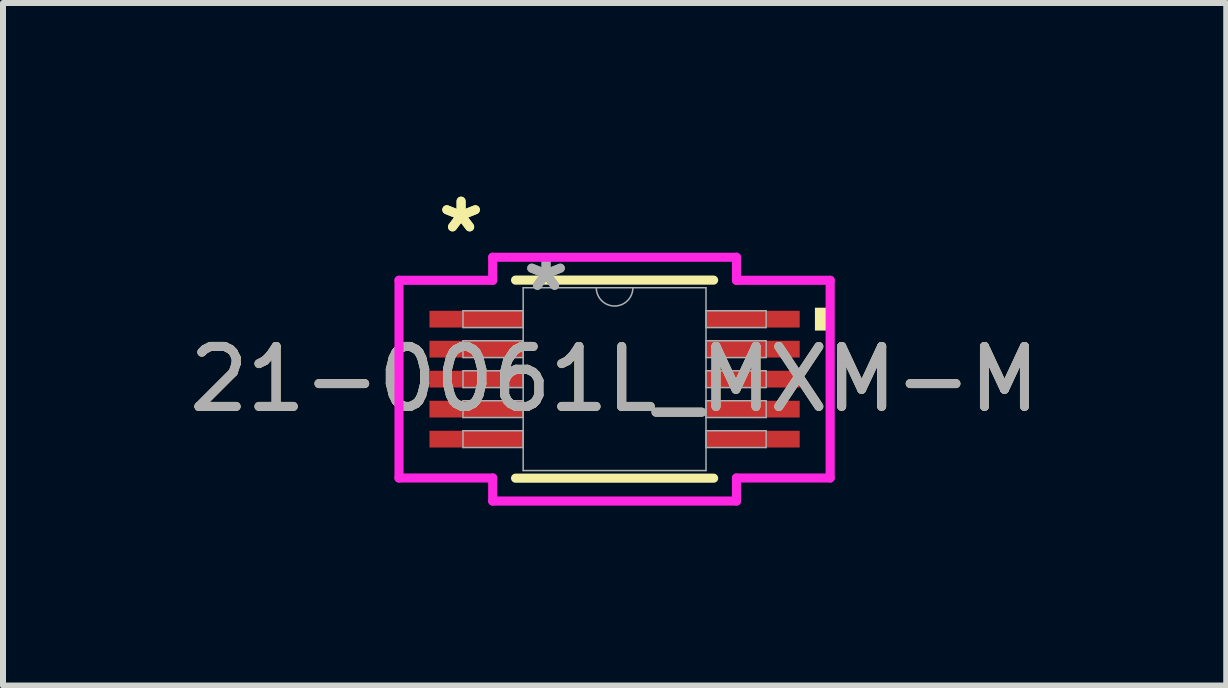
<source format=kicad_pcb>
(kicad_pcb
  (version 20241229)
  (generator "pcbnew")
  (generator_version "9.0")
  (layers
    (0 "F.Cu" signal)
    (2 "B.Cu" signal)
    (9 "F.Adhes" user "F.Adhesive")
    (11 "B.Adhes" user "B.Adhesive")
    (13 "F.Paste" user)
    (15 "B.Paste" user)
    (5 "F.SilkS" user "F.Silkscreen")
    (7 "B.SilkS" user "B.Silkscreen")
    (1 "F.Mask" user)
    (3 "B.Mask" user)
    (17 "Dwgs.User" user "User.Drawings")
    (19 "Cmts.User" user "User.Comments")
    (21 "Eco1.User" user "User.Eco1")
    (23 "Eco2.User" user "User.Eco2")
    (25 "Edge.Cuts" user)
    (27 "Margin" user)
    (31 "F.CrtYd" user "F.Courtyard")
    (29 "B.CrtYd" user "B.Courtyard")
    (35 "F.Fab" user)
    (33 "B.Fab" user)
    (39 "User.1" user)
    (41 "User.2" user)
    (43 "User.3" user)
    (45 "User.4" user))
  (footprint "21-0061L_MXM-M"
    (layer "F.Cu")
    (at 7.196 3.271)
    (property "Reference" "21-0061L_MXM-M" (at 0 0 0) (unlocked yes) (layer "F.SilkS") (effects (font (size 1 1) (thickness 0.15))))
    (attr smd)
    (fp_line (start -1.651 1.651) (end 1.651 1.651) (stroke (width 0.152) (type solid)) (layer "F.SilkS"))
    (fp_line (start 1.651 -1.651) (end -1.651 -1.651) (stroke (width 0.152) (type solid)) (layer "F.SilkS"))
    (fp_poly (pts (xy 3.594 -1.191) (xy 3.594 -0.81) (xy 3.34 -0.81) (xy 3.34 -1.191)) (stroke (width 0) (type solid)) (fill yes) (layer "F.SilkS"))
    (fp_line (start -3.594 -1.648) (end -2.032 -1.648) (stroke (width 0.152) (type solid)) (layer "F.CrtYd"))
    (fp_line (start -3.594 1.648) (end -3.594 -1.648) (stroke (width 0.152) (type solid)) (layer "F.CrtYd"))
    (fp_line (start -3.594 1.648) (end -2.032 1.648) (stroke (width 0.152) (type solid)) (layer "F.CrtYd"))
    (fp_line (start -2.032 -2.032) (end 2.032 -2.032) (stroke (width 0.152) (type solid)) (layer "F.CrtYd"))
    (fp_line (start -2.032 -1.648) (end -2.032 -2.032) (stroke (width 0.152) (type solid)) (layer "F.CrtYd"))
    (fp_line (start -2.032 2.032) (end -2.032 1.648) (stroke (width 0.152) (type solid)) (layer "F.CrtYd"))
    (fp_line (start 2.032 -2.032) (end 2.032 -1.648) (stroke (width 0.152) (type solid)) (layer "F.CrtYd"))
    (fp_line (start 2.032 1.648) (end 2.032 2.032) (stroke (width 0.152) (type solid)) (layer "F.CrtYd"))
    (fp_line (start 2.032 2.032) (end -2.032 2.032) (stroke (width 0.152) (type solid)) (layer "F.CrtYd"))
    (fp_line (start 3.594 -1.648) (end 2.032 -1.648) (stroke (width 0.152) (type solid)) (layer "F.CrtYd"))
    (fp_line (start 3.594 -1.648) (end 3.594 1.648) (stroke (width 0.152) (type solid)) (layer "F.CrtYd"))
    (fp_line (start 3.594 1.648) (end 2.032 1.648) (stroke (width 0.152) (type solid)) (layer "F.CrtYd"))
    (fp_line (start -2.527 -1.14) (end -2.527 -0.86) (stroke (width 0.025) (type solid)) (layer "F.Fab"))
    (fp_line (start -2.527 -0.86) (end -1.524 -0.86) (stroke (width 0.025) (type solid)) (layer "F.Fab"))
    (fp_line (start -2.527 -0.64) (end -2.527 -0.36) (stroke (width 0.025) (type solid)) (layer "F.Fab"))
    (fp_line (start -2.527 -0.36) (end -1.524 -0.36) (stroke (width 0.025) (type solid)) (layer "F.Fab"))
    (fp_line (start -2.527 -0.14) (end -2.527 0.14) (stroke (width 0.025) (type solid)) (layer "F.Fab"))
    (fp_line (start -2.527 0.14) (end -1.524 0.14) (stroke (width 0.025) (type solid)) (layer "F.Fab"))
    (fp_line (start -2.527 0.36) (end -2.527 0.64) (stroke (width 0.025) (type solid)) (layer "F.Fab"))
    (fp_line (start -2.527 0.64) (end -1.524 0.64) (stroke (width 0.025) (type solid)) (layer "F.Fab"))
    (fp_line (start -2.527 0.86) (end -2.527 1.14) (stroke (width 0.025) (type solid)) (layer "F.Fab"))
    (fp_line (start -2.527 1.14) (end -1.524 1.14) (stroke (width 0.025) (type solid)) (layer "F.Fab"))
    (fp_line (start -1.524 -1.524) (end -1.524 1.524) (stroke (width 0.025) (type solid)) (layer "F.Fab"))
    (fp_line (start -1.524 -1.14) (end -2.527 -1.14) (stroke (width 0.025) (type solid)) (layer "F.Fab"))
    (fp_line (start -1.524 -0.86) (end -1.524 -1.14) (stroke (width 0.025) (type solid)) (layer "F.Fab"))
    (fp_line (start -1.524 -0.64) (end -2.527 -0.64) (stroke (width 0.025) (type solid)) (layer "F.Fab"))
    (fp_line (start -1.524 -0.36) (end -1.524 -0.64) (stroke (width 0.025) (type solid)) (layer "F.Fab"))
    (fp_line (start -1.524 -0.14) (end -2.527 -0.14) (stroke (width 0.025) (type solid)) (layer "F.Fab"))
    (fp_line (start -1.524 0.14) (end -1.524 -0.14) (stroke (width 0.025) (type solid)) (layer "F.Fab"))
    (fp_line (start -1.524 0.36) (end -2.527 0.36) (stroke (width 0.025) (type solid)) (layer "F.Fab"))
    (fp_line (start -1.524 0.64) (end -1.524 0.36) (stroke (width 0.025) (type solid)) (layer "F.Fab"))
    (fp_line (start -1.524 0.86) (end -2.527 0.86) (stroke (width 0.025) (type solid)) (layer "F.Fab"))
    (fp_line (start -1.524 1.14) (end -1.524 0.86) (stroke (width 0.025) (type solid)) (layer "F.Fab"))
    (fp_line (start -1.524 1.524) (end 1.524 1.524) (stroke (width 0.025) (type solid)) (layer "F.Fab"))
    (fp_line (start 1.524 -1.524) (end -1.524 -1.524) (stroke (width 0.025) (type solid)) (layer "F.Fab"))
    (fp_line (start 1.524 -1.14) (end 1.524 -0.86) (stroke (width 0.025) (type solid)) (layer "F.Fab"))
    (fp_line (start 1.524 -0.86) (end 2.527 -0.86) (stroke (width 0.025) (type solid)) (layer "F.Fab"))
    (fp_line (start 1.524 -0.64) (end 1.524 -0.36) (stroke (width 0.025) (type solid)) (layer "F.Fab"))
    (fp_line (start 1.524 -0.36) (end 2.527 -0.36) (stroke (width 0.025) (type solid)) (layer "F.Fab"))
    (fp_line (start 1.524 -0.14) (end 1.524 0.14) (stroke (width 0.025) (type solid)) (layer "F.Fab"))
    (fp_line (start 1.524 0.14) (end 2.527 0.14) (stroke (width 0.025) (type solid)) (layer "F.Fab"))
    (fp_line (start 1.524 0.36) (end 1.524 0.64) (stroke (width 0.025) (type solid)) (layer "F.Fab"))
    (fp_line (start 1.524 0.64) (end 2.527 0.64) (stroke (width 0.025) (type solid)) (layer "F.Fab"))
    (fp_line (start 1.524 0.86) (end 1.524 1.14) (stroke (width 0.025) (type solid)) (layer "F.Fab"))
    (fp_line (start 1.524 1.14) (end 2.527 1.14) (stroke (width 0.025) (type solid)) (layer "F.Fab"))
    (fp_line (start 1.524 1.524) (end 1.524 -1.524) (stroke (width 0.025) (type solid)) (layer "F.Fab"))
    (fp_line (start 2.527 -1.14) (end 1.524 -1.14) (stroke (width 0.025) (type solid)) (layer "F.Fab"))
    (fp_line (start 2.527 -0.86) (end 2.527 -1.14) (stroke (width 0.025) (type solid)) (layer "F.Fab"))
    (fp_line (start 2.527 -0.64) (end 1.524 -0.64) (stroke (width 0.025) (type solid)) (layer "F.Fab"))
    (fp_line (start 2.527 -0.36) (end 2.527 -0.64) (stroke (width 0.025) (type solid)) (layer "F.Fab"))
    (fp_line (start 2.527 -0.14) (end 1.524 -0.14) (stroke (width 0.025) (type solid)) (layer "F.Fab"))
    (fp_line (start 2.527 0.14) (end 2.527 -0.14) (stroke (width 0.025) (type solid)) (layer "F.Fab"))
    (fp_line (start 2.527 0.36) (end 1.524 0.36) (stroke (width 0.025) (type solid)) (layer "F.Fab"))
    (fp_line (start 2.527 0.64) (end 2.527 0.36) (stroke (width 0.025) (type solid)) (layer "F.Fab"))
    (fp_line (start 2.527 0.86) (end 1.524 0.86) (stroke (width 0.025) (type solid)) (layer "F.Fab"))
    (fp_line (start 2.527 1.14) (end 2.527 0.86) (stroke (width 0.025) (type solid)) (layer "F.Fab"))
    (fp_arc (start 0.3048 -1.524) (mid 0 -1.2192) (end -0.3048 -1.524) (stroke (width 0.0254) (type solid)) (layer "F.Fab"))
    (fp_text user "*" (at -2.559 -2.422 0) (layer "F.SilkS") (effects (font (size 1 1) (thickness 0.15))))
    (fp_text user "*" (at -2.559 -2.422 0) (unlocked yes) (layer "F.SilkS") (effects (font (size 1 1) (thickness 0.15))))
    (fp_text user "${REFERENCE}" (at 0 0 0) (unlocked yes) (layer "F.Fab") (effects (font (size 1 1) (thickness 0.15))))
    (fp_text user "*" (at -1.143 -1.448 0) (layer "F.Fab") (effects (font (size 1 1) (thickness 0.15))))
    (fp_text user "*" (at -1.143 -1.448 0) (unlocked yes) (layer "F.Fab") (effects (font (size 1 1) (thickness 0.15))))
    (pad "1" smd rect (at -2.305 -1) (size 1.562 0.279) (layers "F.Cu" "F.Mask" "F.Paste"))
    (pad "2" smd rect (at -2.305 -0.5) (size 1.562 0.279) (layers "F.Cu" "F.Mask" "F.Paste"))
    (pad "3" smd rect (at -2.305 0) (size 1.562 0.279) (layers "F.Cu" "F.Mask" "F.Paste"))
    (pad "4" smd rect (at -2.305 0.5) (size 1.562 0.279) (layers "F.Cu" "F.Mask" "F.Paste"))
    (pad "5" smd rect (at -2.305 1) (size 1.562 0.279) (layers "F.Cu" "F.Mask" "F.Paste"))
    (pad "6" smd rect (at 2.305 1) (size 1.562 0.279) (layers "F.Cu" "F.Mask" "F.Paste"))
    (pad "7" smd rect (at 2.305 0.5) (size 1.562 0.279) (layers "F.Cu" "F.Mask" "F.Paste"))
    (pad "8" smd rect (at 2.305 0) (size 1.562 0.279) (layers "F.Cu" "F.Mask" "F.Paste"))
    (pad "9" smd rect (at 2.305 -0.5) (size 1.562 0.279) (layers "F.Cu" "F.Mask" "F.Paste"))
    (pad "10" smd rect (at 2.305 -1) (size 1.562 0.279) (layers "F.Cu" "F.Mask" "F.Paste")))
  (gr_rect
    (start -3 -3)
    (end 17.393 8.379)
    (stroke (width 0.1) (type default))
    (fill no)
    (layer "Edge.Cuts")))
</source>
